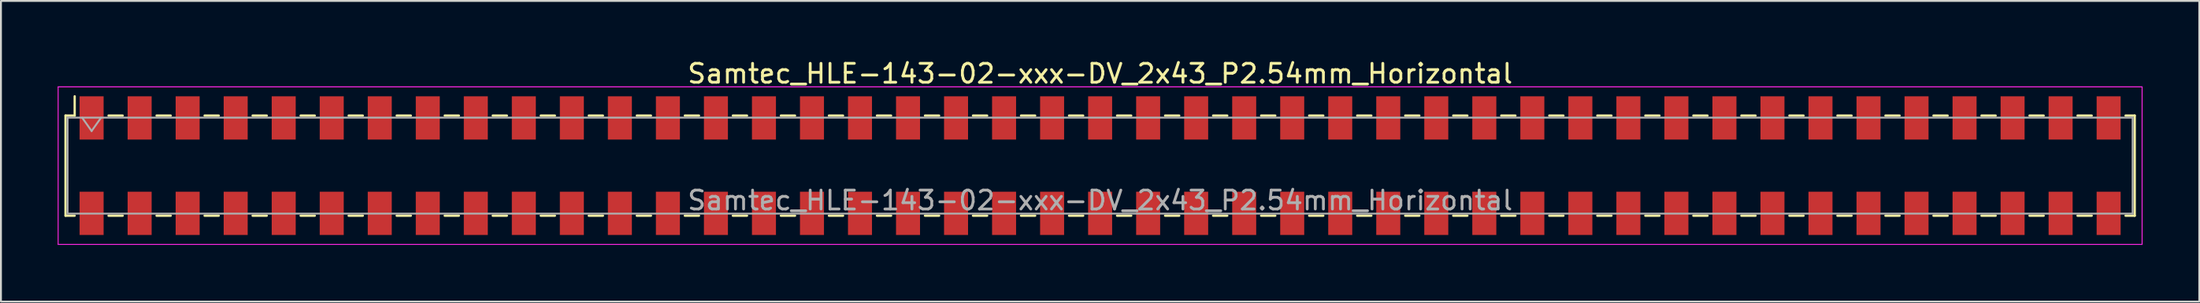
<source format=kicad_pcb>
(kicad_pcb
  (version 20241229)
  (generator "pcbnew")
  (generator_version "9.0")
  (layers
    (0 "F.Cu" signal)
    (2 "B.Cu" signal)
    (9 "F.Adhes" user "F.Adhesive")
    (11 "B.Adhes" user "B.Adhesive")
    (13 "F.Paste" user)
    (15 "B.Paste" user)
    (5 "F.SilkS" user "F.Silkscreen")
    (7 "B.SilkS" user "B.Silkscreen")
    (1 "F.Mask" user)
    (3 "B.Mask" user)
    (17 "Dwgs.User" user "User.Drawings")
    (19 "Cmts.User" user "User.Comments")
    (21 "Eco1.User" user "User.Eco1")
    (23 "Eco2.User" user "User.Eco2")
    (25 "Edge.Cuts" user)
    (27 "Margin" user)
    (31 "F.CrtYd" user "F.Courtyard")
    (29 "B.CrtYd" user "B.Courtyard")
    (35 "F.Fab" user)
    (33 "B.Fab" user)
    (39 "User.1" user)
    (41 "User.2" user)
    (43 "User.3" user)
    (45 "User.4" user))
  (footprint "Samtec_HLE-143-02-xxx-DV_2x43_P2.54mm_Horizontal"
    (layer "F.Cu")
    (at 55.135 5.718)
    (property "Reference" "Samtec_HLE-143-02-xxx-DV_2x43_P2.54mm_Horizontal" (at 0 -4.87 0) (layer "F.SilkS") (effects (font (size 1 1) (thickness 0.15))))
    (attr smd)
    (fp_line (start -54.72 -2.65) (end -54.72 2.65) (stroke (width 0.12) (type solid)) (layer "F.SilkS"))
    (fp_line (start -54.72 2.65) (end -54.235 2.65) (stroke (width 0.12) (type solid)) (layer "F.SilkS"))
    (fp_line (start -54.235 -3.67) (end -54.235 -2.65) (stroke (width 0.12) (type solid)) (layer "F.SilkS"))
    (fp_line (start -54.235 -2.65) (end -54.72 -2.65) (stroke (width 0.12) (type solid)) (layer "F.SilkS"))
    (fp_line (start -52.445 -2.65) (end -51.695 -2.65) (stroke (width 0.12) (type solid)) (layer "F.SilkS"))
    (fp_line (start -52.445 2.65) (end -51.695 2.65) (stroke (width 0.12) (type solid)) (layer "F.SilkS"))
    (fp_line (start -49.905 -2.65) (end -49.155 -2.65) (stroke (width 0.12) (type solid)) (layer "F.SilkS"))
    (fp_line (start -49.905 2.65) (end -49.155 2.65) (stroke (width 0.12) (type solid)) (layer "F.SilkS"))
    (fp_line (start -47.365 -2.65) (end -46.615 -2.65) (stroke (width 0.12) (type solid)) (layer "F.SilkS"))
    (fp_line (start -47.365 2.65) (end -46.615 2.65) (stroke (width 0.12) (type solid)) (layer "F.SilkS"))
    (fp_line (start -44.825 -2.65) (end -44.075 -2.65) (stroke (width 0.12) (type solid)) (layer "F.SilkS"))
    (fp_line (start -44.825 2.65) (end -44.075 2.65) (stroke (width 0.12) (type solid)) (layer "F.SilkS"))
    (fp_line (start -42.285 -2.65) (end -41.535 -2.65) (stroke (width 0.12) (type solid)) (layer "F.SilkS"))
    (fp_line (start -42.285 2.65) (end -41.535 2.65) (stroke (width 0.12) (type solid)) (layer "F.SilkS"))
    (fp_line (start -39.745 -2.65) (end -38.995 -2.65) (stroke (width 0.12) (type solid)) (layer "F.SilkS"))
    (fp_line (start -39.745 2.65) (end -38.995 2.65) (stroke (width 0.12) (type solid)) (layer "F.SilkS"))
    (fp_line (start -37.205 -2.65) (end -36.455 -2.65) (stroke (width 0.12) (type solid)) (layer "F.SilkS"))
    (fp_line (start -37.205 2.65) (end -36.455 2.65) (stroke (width 0.12) (type solid)) (layer "F.SilkS"))
    (fp_line (start -34.665 -2.65) (end -33.915 -2.65) (stroke (width 0.12) (type solid)) (layer "F.SilkS"))
    (fp_line (start -34.665 2.65) (end -33.915 2.65) (stroke (width 0.12) (type solid)) (layer "F.SilkS"))
    (fp_line (start -32.125 -2.65) (end -31.375 -2.65) (stroke (width 0.12) (type solid)) (layer "F.SilkS"))
    (fp_line (start -32.125 2.65) (end -31.375 2.65) (stroke (width 0.12) (type solid)) (layer "F.SilkS"))
    (fp_line (start -29.585 -2.65) (end -28.835 -2.65) (stroke (width 0.12) (type solid)) (layer "F.SilkS"))
    (fp_line (start -29.585 2.65) (end -28.835 2.65) (stroke (width 0.12) (type solid)) (layer "F.SilkS"))
    (fp_line (start -27.045 -2.65) (end -26.295 -2.65) (stroke (width 0.12) (type solid)) (layer "F.SilkS"))
    (fp_line (start -27.045 2.65) (end -26.295 2.65) (stroke (width 0.12) (type solid)) (layer "F.SilkS"))
    (fp_line (start -24.505 -2.65) (end -23.755 -2.65) (stroke (width 0.12) (type solid)) (layer "F.SilkS"))
    (fp_line (start -24.505 2.65) (end -23.755 2.65) (stroke (width 0.12) (type solid)) (layer "F.SilkS"))
    (fp_line (start -21.965 -2.65) (end -21.215 -2.65) (stroke (width 0.12) (type solid)) (layer "F.SilkS"))
    (fp_line (start -21.965 2.65) (end -21.215 2.65) (stroke (width 0.12) (type solid)) (layer "F.SilkS"))
    (fp_line (start -19.425 -2.65) (end -18.675 -2.65) (stroke (width 0.12) (type solid)) (layer "F.SilkS"))
    (fp_line (start -19.425 2.65) (end -18.675 2.65) (stroke (width 0.12) (type solid)) (layer "F.SilkS"))
    (fp_line (start -16.885 -2.65) (end -16.135 -2.65) (stroke (width 0.12) (type solid)) (layer "F.SilkS"))
    (fp_line (start -16.885 2.65) (end -16.135 2.65) (stroke (width 0.12) (type solid)) (layer "F.SilkS"))
    (fp_line (start -14.345 -2.65) (end -13.595 -2.65) (stroke (width 0.12) (type solid)) (layer "F.SilkS"))
    (fp_line (start -14.345 2.65) (end -13.595 2.65) (stroke (width 0.12) (type solid)) (layer "F.SilkS"))
    (fp_line (start -11.805 -2.65) (end -11.055 -2.65) (stroke (width 0.12) (type solid)) (layer "F.SilkS"))
    (fp_line (start -11.805 2.65) (end -11.055 2.65) (stroke (width 0.12) (type solid)) (layer "F.SilkS"))
    (fp_line (start -9.265 -2.65) (end -8.515 -2.65) (stroke (width 0.12) (type solid)) (layer "F.SilkS"))
    (fp_line (start -9.265 2.65) (end -8.515 2.65) (stroke (width 0.12) (type solid)) (layer "F.SilkS"))
    (fp_line (start -6.725 -2.65) (end -5.975 -2.65) (stroke (width 0.12) (type solid)) (layer "F.SilkS"))
    (fp_line (start -6.725 2.65) (end -5.975 2.65) (stroke (width 0.12) (type solid)) (layer "F.SilkS"))
    (fp_line (start -4.185 -2.65) (end -3.435 -2.65) (stroke (width 0.12) (type solid)) (layer "F.SilkS"))
    (fp_line (start -4.185 2.65) (end -3.435 2.65) (stroke (width 0.12) (type solid)) (layer "F.SilkS"))
    (fp_line (start -1.645 -2.65) (end -0.895 -2.65) (stroke (width 0.12) (type solid)) (layer "F.SilkS"))
    (fp_line (start -1.645 2.65) (end -0.895 2.65) (stroke (width 0.12) (type solid)) (layer "F.SilkS"))
    (fp_line (start 0.895 -2.65) (end 1.645 -2.65) (stroke (width 0.12) (type solid)) (layer "F.SilkS"))
    (fp_line (start 0.895 2.65) (end 1.645 2.65) (stroke (width 0.12) (type solid)) (layer "F.SilkS"))
    (fp_line (start 3.435 -2.65) (end 4.185 -2.65) (stroke (width 0.12) (type solid)) (layer "F.SilkS"))
    (fp_line (start 3.435 2.65) (end 4.185 2.65) (stroke (width 0.12) (type solid)) (layer "F.SilkS"))
    (fp_line (start 5.975 -2.65) (end 6.725 -2.65) (stroke (width 0.12) (type solid)) (layer "F.SilkS"))
    (fp_line (start 5.975 2.65) (end 6.725 2.65) (stroke (width 0.12) (type solid)) (layer "F.SilkS"))
    (fp_line (start 8.515 -2.65) (end 9.265 -2.65) (stroke (width 0.12) (type solid)) (layer "F.SilkS"))
    (fp_line (start 8.515 2.65) (end 9.265 2.65) (stroke (width 0.12) (type solid)) (layer "F.SilkS"))
    (fp_line (start 11.055 -2.65) (end 11.805 -2.65) (stroke (width 0.12) (type solid)) (layer "F.SilkS"))
    (fp_line (start 11.055 2.65) (end 11.805 2.65) (stroke (width 0.12) (type solid)) (layer "F.SilkS"))
    (fp_line (start 13.595 -2.65) (end 14.345 -2.65) (stroke (width 0.12) (type solid)) (layer "F.SilkS"))
    (fp_line (start 13.595 2.65) (end 14.345 2.65) (stroke (width 0.12) (type solid)) (layer "F.SilkS"))
    (fp_line (start 16.135 -2.65) (end 16.885 -2.65) (stroke (width 0.12) (type solid)) (layer "F.SilkS"))
    (fp_line (start 16.135 2.65) (end 16.885 2.65) (stroke (width 0.12) (type solid)) (layer "F.SilkS"))
    (fp_line (start 18.675 -2.65) (end 19.425 -2.65) (stroke (width 0.12) (type solid)) (layer "F.SilkS"))
    (fp_line (start 18.675 2.65) (end 19.425 2.65) (stroke (width 0.12) (type solid)) (layer "F.SilkS"))
    (fp_line (start 21.215 -2.65) (end 21.965 -2.65) (stroke (width 0.12) (type solid)) (layer "F.SilkS"))
    (fp_line (start 21.215 2.65) (end 21.965 2.65) (stroke (width 0.12) (type solid)) (layer "F.SilkS"))
    (fp_line (start 23.755 -2.65) (end 24.505 -2.65) (stroke (width 0.12) (type solid)) (layer "F.SilkS"))
    (fp_line (start 23.755 2.65) (end 24.505 2.65) (stroke (width 0.12) (type solid)) (layer "F.SilkS"))
    (fp_line (start 26.295 -2.65) (end 27.045 -2.65) (stroke (width 0.12) (type solid)) (layer "F.SilkS"))
    (fp_line (start 26.295 2.65) (end 27.045 2.65) (stroke (width 0.12) (type solid)) (layer "F.SilkS"))
    (fp_line (start 28.835 -2.65) (end 29.585 -2.65) (stroke (width 0.12) (type solid)) (layer "F.SilkS"))
    (fp_line (start 28.835 2.65) (end 29.585 2.65) (stroke (width 0.12) (type solid)) (layer "F.SilkS"))
    (fp_line (start 31.375 -2.65) (end 32.125 -2.65) (stroke (width 0.12) (type solid)) (layer "F.SilkS"))
    (fp_line (start 31.375 2.65) (end 32.125 2.65) (stroke (width 0.12) (type solid)) (layer "F.SilkS"))
    (fp_line (start 33.915 -2.65) (end 34.665 -2.65) (stroke (width 0.12) (type solid)) (layer "F.SilkS"))
    (fp_line (start 33.915 2.65) (end 34.665 2.65) (stroke (width 0.12) (type solid)) (layer "F.SilkS"))
    (fp_line (start 36.455 -2.65) (end 37.205 -2.65) (stroke (width 0.12) (type solid)) (layer "F.SilkS"))
    (fp_line (start 36.455 2.65) (end 37.205 2.65) (stroke (width 0.12) (type solid)) (layer "F.SilkS"))
    (fp_line (start 38.995 -2.65) (end 39.745 -2.65) (stroke (width 0.12) (type solid)) (layer "F.SilkS"))
    (fp_line (start 38.995 2.65) (end 39.745 2.65) (stroke (width 0.12) (type solid)) (layer "F.SilkS"))
    (fp_line (start 41.535 -2.65) (end 42.285 -2.65) (stroke (width 0.12) (type solid)) (layer "F.SilkS"))
    (fp_line (start 41.535 2.65) (end 42.285 2.65) (stroke (width 0.12) (type solid)) (layer "F.SilkS"))
    (fp_line (start 44.075 -2.65) (end 44.825 -2.65) (stroke (width 0.12) (type solid)) (layer "F.SilkS"))
    (fp_line (start 44.075 2.65) (end 44.825 2.65) (stroke (width 0.12) (type solid)) (layer "F.SilkS"))
    (fp_line (start 46.615 -2.65) (end 47.365 -2.65) (stroke (width 0.12) (type solid)) (layer "F.SilkS"))
    (fp_line (start 46.615 2.65) (end 47.365 2.65) (stroke (width 0.12) (type solid)) (layer "F.SilkS"))
    (fp_line (start 49.155 -2.65) (end 49.905 -2.65) (stroke (width 0.12) (type solid)) (layer "F.SilkS"))
    (fp_line (start 49.155 2.65) (end 49.905 2.65) (stroke (width 0.12) (type solid)) (layer "F.SilkS"))
    (fp_line (start 51.695 -2.65) (end 52.445 -2.65) (stroke (width 0.12) (type solid)) (layer "F.SilkS"))
    (fp_line (start 51.695 2.65) (end 52.445 2.65) (stroke (width 0.12) (type solid)) (layer "F.SilkS"))
    (fp_line (start 54.235 -2.65) (end 54.72 -2.65) (stroke (width 0.12) (type solid)) (layer "F.SilkS"))
    (fp_line (start 54.72 -2.65) (end 54.72 2.65) (stroke (width 0.12) (type solid)) (layer "F.SilkS"))
    (fp_line (start 54.72 2.65) (end 54.235 2.65) (stroke (width 0.12) (type solid)) (layer "F.SilkS"))
    (fp_line (start -55.11 -4.17) (end 55.11 -4.17) (stroke (width 0.05) (type solid)) (layer "F.CrtYd"))
    (fp_line (start -55.11 4.17) (end -55.11 -4.17) (stroke (width 0.05) (type solid)) (layer "F.CrtYd"))
    (fp_line (start 55.11 -4.17) (end 55.11 4.17) (stroke (width 0.05) (type solid)) (layer "F.CrtYd"))
    (fp_line (start 55.11 4.17) (end -55.11 4.17) (stroke (width 0.05) (type solid)) (layer "F.CrtYd"))
    (fp_line (start -54.61 -2.54) (end 54.61 -2.54) (stroke (width 0.1) (type solid)) (layer "F.Fab"))
    (fp_line (start -54.61 2.54) (end -54.61 -2.54) (stroke (width 0.1) (type solid)) (layer "F.Fab"))
    (fp_line (start -53.84 -2.54) (end -53.34 -1.833) (stroke (width 0.1) (type solid)) (layer "F.Fab"))
    (fp_line (start -53.34 -1.833) (end -52.84 -2.54) (stroke (width 0.1) (type solid)) (layer "F.Fab"))
    (fp_line (start 54.61 -2.54) (end 54.61 2.54) (stroke (width 0.1) (type solid)) (layer "F.Fab"))
    (fp_line (start 54.61 2.54) (end -54.61 2.54) (stroke (width 0.1) (type solid)) (layer "F.Fab"))
    (fp_text user "${REFERENCE}" (at 0 1.84 0) (layer "F.Fab") (effects (font (size 1 1) (thickness 0.15))))
    (pad "1" smd rect (at -53.34 -2.525) (size 1.27 2.29) (layers "F.Cu" "F.Mask" "F.Paste"))
    (pad "2" smd rect (at -53.34 2.525) (size 1.27 2.29) (layers "F.Cu" "F.Mask" "F.Paste"))
    (pad "3" smd rect (at -50.8 -2.525) (size 1.27 2.29) (layers "F.Cu" "F.Mask" "F.Paste"))
    (pad "4" smd rect (at -50.8 2.525) (size 1.27 2.29) (layers "F.Cu" "F.Mask" "F.Paste"))
    (pad "5" smd rect (at -48.26 -2.525) (size 1.27 2.29) (layers "F.Cu" "F.Mask" "F.Paste"))
    (pad "6" smd rect (at -48.26 2.525) (size 1.27 2.29) (layers "F.Cu" "F.Mask" "F.Paste"))
    (pad "7" smd rect (at -45.72 -2.525) (size 1.27 2.29) (layers "F.Cu" "F.Mask" "F.Paste"))
    (pad "8" smd rect (at -45.72 2.525) (size 1.27 2.29) (layers "F.Cu" "F.Mask" "F.Paste"))
    (pad "9" smd rect (at -43.18 -2.525) (size 1.27 2.29) (layers "F.Cu" "F.Mask" "F.Paste"))
    (pad "10" smd rect (at -43.18 2.525) (size 1.27 2.29) (layers "F.Cu" "F.Mask" "F.Paste"))
    (pad "11" smd rect (at -40.64 -2.525) (size 1.27 2.29) (layers "F.Cu" "F.Mask" "F.Paste"))
    (pad "12" smd rect (at -40.64 2.525) (size 1.27 2.29) (layers "F.Cu" "F.Mask" "F.Paste"))
    (pad "13" smd rect (at -38.1 -2.525) (size 1.27 2.29) (layers "F.Cu" "F.Mask" "F.Paste"))
    (pad "14" smd rect (at -38.1 2.525) (size 1.27 2.29) (layers "F.Cu" "F.Mask" "F.Paste"))
    (pad "15" smd rect (at -35.56 -2.525) (size 1.27 2.29) (layers "F.Cu" "F.Mask" "F.Paste"))
    (pad "16" smd rect (at -35.56 2.525) (size 1.27 2.29) (layers "F.Cu" "F.Mask" "F.Paste"))
    (pad "17" smd rect (at -33.02 -2.525) (size 1.27 2.29) (layers "F.Cu" "F.Mask" "F.Paste"))
    (pad "18" smd rect (at -33.02 2.525) (size 1.27 2.29) (layers "F.Cu" "F.Mask" "F.Paste"))
    (pad "19" smd rect (at -30.48 -2.525) (size 1.27 2.29) (layers "F.Cu" "F.Mask" "F.Paste"))
    (pad "20" smd rect (at -30.48 2.525) (size 1.27 2.29) (layers "F.Cu" "F.Mask" "F.Paste"))
    (pad "21" smd rect (at -27.94 -2.525) (size 1.27 2.29) (layers "F.Cu" "F.Mask" "F.Paste"))
    (pad "22" smd rect (at -27.94 2.525) (size 1.27 2.29) (layers "F.Cu" "F.Mask" "F.Paste"))
    (pad "23" smd rect (at -25.4 -2.525) (size 1.27 2.29) (layers "F.Cu" "F.Mask" "F.Paste"))
    (pad "24" smd rect (at -25.4 2.525) (size 1.27 2.29) (layers "F.Cu" "F.Mask" "F.Paste"))
    (pad "25" smd rect (at -22.86 -2.525) (size 1.27 2.29) (layers "F.Cu" "F.Mask" "F.Paste"))
    (pad "26" smd rect (at -22.86 2.525) (size 1.27 2.29) (layers "F.Cu" "F.Mask" "F.Paste"))
    (pad "27" smd rect (at -20.32 -2.525) (size 1.27 2.29) (layers "F.Cu" "F.Mask" "F.Paste"))
    (pad "28" smd rect (at -20.32 2.525) (size 1.27 2.29) (layers "F.Cu" "F.Mask" "F.Paste"))
    (pad "29" smd rect (at -17.78 -2.525) (size 1.27 2.29) (layers "F.Cu" "F.Mask" "F.Paste"))
    (pad "30" smd rect (at -17.78 2.525) (size 1.27 2.29) (layers "F.Cu" "F.Mask" "F.Paste"))
    (pad "31" smd rect (at -15.24 -2.525) (size 1.27 2.29) (layers "F.Cu" "F.Mask" "F.Paste"))
    (pad "32" smd rect (at -15.24 2.525) (size 1.27 2.29) (layers "F.Cu" "F.Mask" "F.Paste"))
    (pad "33" smd rect (at -12.7 -2.525) (size 1.27 2.29) (layers "F.Cu" "F.Mask" "F.Paste"))
    (pad "34" smd rect (at -12.7 2.525) (size 1.27 2.29) (layers "F.Cu" "F.Mask" "F.Paste"))
    (pad "35" smd rect (at -10.16 -2.525) (size 1.27 2.29) (layers "F.Cu" "F.Mask" "F.Paste"))
    (pad "36" smd rect (at -10.16 2.525) (size 1.27 2.29) (layers "F.Cu" "F.Mask" "F.Paste"))
    (pad "37" smd rect (at -7.62 -2.525) (size 1.27 2.29) (layers "F.Cu" "F.Mask" "F.Paste"))
    (pad "38" smd rect (at -7.62 2.525) (size 1.27 2.29) (layers "F.Cu" "F.Mask" "F.Paste"))
    (pad "39" smd rect (at -5.08 -2.525) (size 1.27 2.29) (layers "F.Cu" "F.Mask" "F.Paste"))
    (pad "40" smd rect (at -5.08 2.525) (size 1.27 2.29) (layers "F.Cu" "F.Mask" "F.Paste"))
    (pad "41" smd rect (at -2.54 -2.525) (size 1.27 2.29) (layers "F.Cu" "F.Mask" "F.Paste"))
    (pad "42" smd rect (at -2.54 2.525) (size 1.27 2.29) (layers "F.Cu" "F.Mask" "F.Paste"))
    (pad "43" smd rect (at 0 -2.525) (size 1.27 2.29) (layers "F.Cu" "F.Mask" "F.Paste"))
    (pad "44" smd rect (at 0 2.525) (size 1.27 2.29) (layers "F.Cu" "F.Mask" "F.Paste"))
    (pad "45" smd rect (at 2.54 -2.525) (size 1.27 2.29) (layers "F.Cu" "F.Mask" "F.Paste"))
    (pad "46" smd rect (at 2.54 2.525) (size 1.27 2.29) (layers "F.Cu" "F.Mask" "F.Paste"))
    (pad "47" smd rect (at 5.08 -2.525) (size 1.27 2.29) (layers "F.Cu" "F.Mask" "F.Paste"))
    (pad "48" smd rect (at 5.08 2.525) (size 1.27 2.29) (layers "F.Cu" "F.Mask" "F.Paste"))
    (pad "49" smd rect (at 7.62 -2.525) (size 1.27 2.29) (layers "F.Cu" "F.Mask" "F.Paste"))
    (pad "50" smd rect (at 7.62 2.525) (size 1.27 2.29) (layers "F.Cu" "F.Mask" "F.Paste"))
    (pad "51" smd rect (at 10.16 -2.525) (size 1.27 2.29) (layers "F.Cu" "F.Mask" "F.Paste"))
    (pad "52" smd rect (at 10.16 2.525) (size 1.27 2.29) (layers "F.Cu" "F.Mask" "F.Paste"))
    (pad "53" smd rect (at 12.7 -2.525) (size 1.27 2.29) (layers "F.Cu" "F.Mask" "F.Paste"))
    (pad "54" smd rect (at 12.7 2.525) (size 1.27 2.29) (layers "F.Cu" "F.Mask" "F.Paste"))
    (pad "55" smd rect (at 15.24 -2.525) (size 1.27 2.29) (layers "F.Cu" "F.Mask" "F.Paste"))
    (pad "56" smd rect (at 15.24 2.525) (size 1.27 2.29) (layers "F.Cu" "F.Mask" "F.Paste"))
    (pad "57" smd rect (at 17.78 -2.525) (size 1.27 2.29) (layers "F.Cu" "F.Mask" "F.Paste"))
    (pad "58" smd rect (at 17.78 2.525) (size 1.27 2.29) (layers "F.Cu" "F.Mask" "F.Paste"))
    (pad "59" smd rect (at 20.32 -2.525) (size 1.27 2.29) (layers "F.Cu" "F.Mask" "F.Paste"))
    (pad "60" smd rect (at 20.32 2.525) (size 1.27 2.29) (layers "F.Cu" "F.Mask" "F.Paste"))
    (pad "61" smd rect (at 22.86 -2.525) (size 1.27 2.29) (layers "F.Cu" "F.Mask" "F.Paste"))
    (pad "62" smd rect (at 22.86 2.525) (size 1.27 2.29) (layers "F.Cu" "F.Mask" "F.Paste"))
    (pad "63" smd rect (at 25.4 -2.525) (size 1.27 2.29) (layers "F.Cu" "F.Mask" "F.Paste"))
    (pad "64" smd rect (at 25.4 2.525) (size 1.27 2.29) (layers "F.Cu" "F.Mask" "F.Paste"))
    (pad "65" smd rect (at 27.94 -2.525) (size 1.27 2.29) (layers "F.Cu" "F.Mask" "F.Paste"))
    (pad "66" smd rect (at 27.94 2.525) (size 1.27 2.29) (layers "F.Cu" "F.Mask" "F.Paste"))
    (pad "67" smd rect (at 30.48 -2.525) (size 1.27 2.29) (layers "F.Cu" "F.Mask" "F.Paste"))
    (pad "68" smd rect (at 30.48 2.525) (size 1.27 2.29) (layers "F.Cu" "F.Mask" "F.Paste"))
    (pad "69" smd rect (at 33.02 -2.525) (size 1.27 2.29) (layers "F.Cu" "F.Mask" "F.Paste"))
    (pad "70" smd rect (at 33.02 2.525) (size 1.27 2.29) (layers "F.Cu" "F.Mask" "F.Paste"))
    (pad "71" smd rect (at 35.56 -2.525) (size 1.27 2.29) (layers "F.Cu" "F.Mask" "F.Paste"))
    (pad "72" smd rect (at 35.56 2.525) (size 1.27 2.29) (layers "F.Cu" "F.Mask" "F.Paste"))
    (pad "73" smd rect (at 38.1 -2.525) (size 1.27 2.29) (layers "F.Cu" "F.Mask" "F.Paste"))
    (pad "74" smd rect (at 38.1 2.525) (size 1.27 2.29) (layers "F.Cu" "F.Mask" "F.Paste"))
    (pad "75" smd rect (at 40.64 -2.525) (size 1.27 2.29) (layers "F.Cu" "F.Mask" "F.Paste"))
    (pad "76" smd rect (at 40.64 2.525) (size 1.27 2.29) (layers "F.Cu" "F.Mask" "F.Paste"))
    (pad "77" smd rect (at 43.18 -2.525) (size 1.27 2.29) (layers "F.Cu" "F.Mask" "F.Paste"))
    (pad "78" smd rect (at 43.18 2.525) (size 1.27 2.29) (layers "F.Cu" "F.Mask" "F.Paste"))
    (pad "79" smd rect (at 45.72 -2.525) (size 1.27 2.29) (layers "F.Cu" "F.Mask" "F.Paste"))
    (pad "80" smd rect (at 45.72 2.525) (size 1.27 2.29) (layers "F.Cu" "F.Mask" "F.Paste"))
    (pad "81" smd rect (at 48.26 -2.525) (size 1.27 2.29) (layers "F.Cu" "F.Mask" "F.Paste"))
    (pad "82" smd rect (at 48.26 2.525) (size 1.27 2.29) (layers "F.Cu" "F.Mask" "F.Paste"))
    (pad "83" smd rect (at 50.8 -2.525) (size 1.27 2.29) (layers "F.Cu" "F.Mask" "F.Paste"))
    (pad "84" smd rect (at 50.8 2.525) (size 1.27 2.29) (layers "F.Cu" "F.Mask" "F.Paste"))
    (pad "85" smd rect (at 53.34 -2.525) (size 1.27 2.29) (layers "F.Cu" "F.Mask" "F.Paste"))
    (pad "86" smd rect (at 53.34 2.525) (size 1.27 2.29) (layers "F.Cu" "F.Mask" "F.Paste")))
  (gr_rect
    (start -3 -3)
    (end 113.27 12.913)
    (stroke (width 0.1) (type default))
    (fill no)
    (layer "Edge.Cuts")))
</source>
